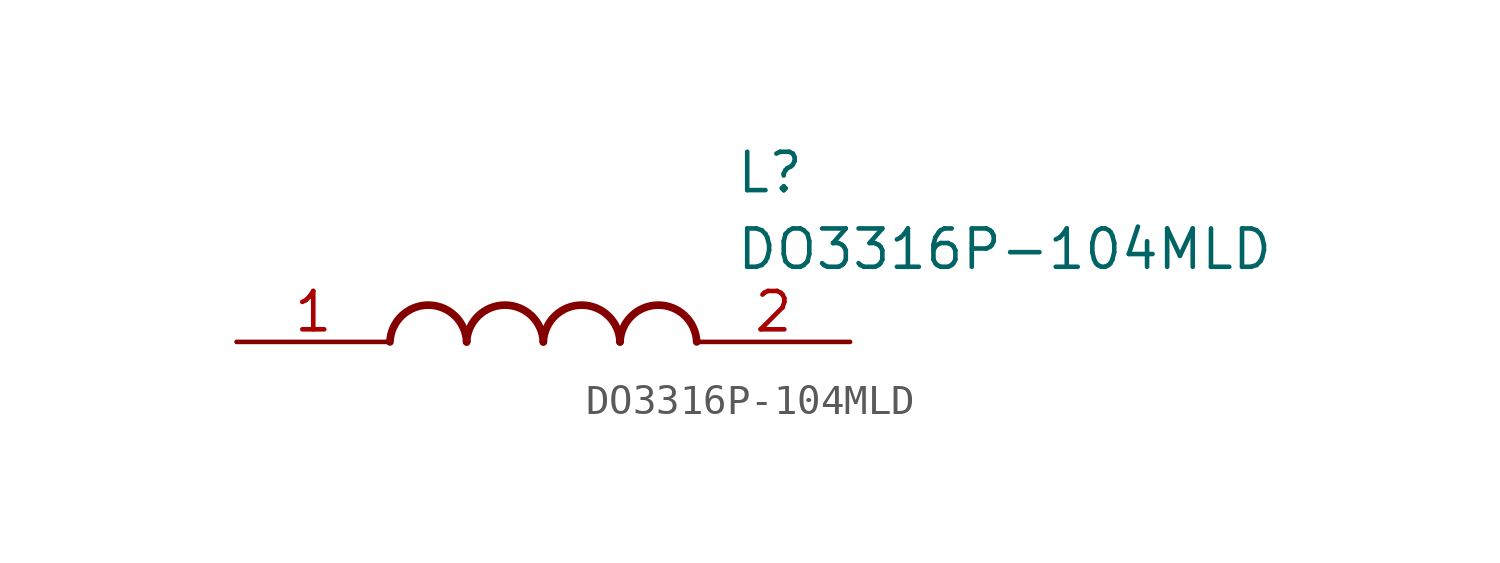
<source format=kicad_sym>
(kicad_symbol_lib
  (version 20211014)
  (generator SamacSys_ECAD_Model)
  (symbol "DO3316P-104MLD"
    (pin_names hide)
    (property "Reference" "L"
      (at 16.51 6.35 0)
      (effects (font (size 1.27 1.27)) (justify left top)))
    (property "Value" "DO3316P-104MLD"
      (at 16.51 3.81 0)
      (effects (font (size 1.27 1.27)) (justify left top)))
    (arc
      (start 7.62 0)
      (mid 6.35 1.219)
      (end 5.08 0)
      (stroke (width 0.254) (type default))
      (fill (type none)))
    (arc
      (start 10.16 0)
      (mid 8.89 1.219)
      (end 7.62 0)
      (stroke (width 0.254) (type default))
      (fill (type none)))
    (arc
      (start 12.7 0)
      (mid 11.43 1.219)
      (end 10.16 0)
      (stroke (width 0.254) (type default))
      (fill (type none)))
    (arc
      (start 15.24 0)
      (mid 13.97 1.219)
      (end 12.7 0)
      (stroke (width 0.254) (type default))
      (fill (type none)))
    (pin passive line
      (at 0 0 0)
      (length 5.08)
      (name "1" (effects (font (size 1.27 1.27))))
      (number "1" (effects (font (size 1.27 1.27)))))
    (pin passive line
      (at 20.32 0 180)
      (length 5.08)
      (name "2" (effects (font (size 1.27 1.27))))
      (number "2" (effects (font (size 1.27 1.27)))))))
</source>
